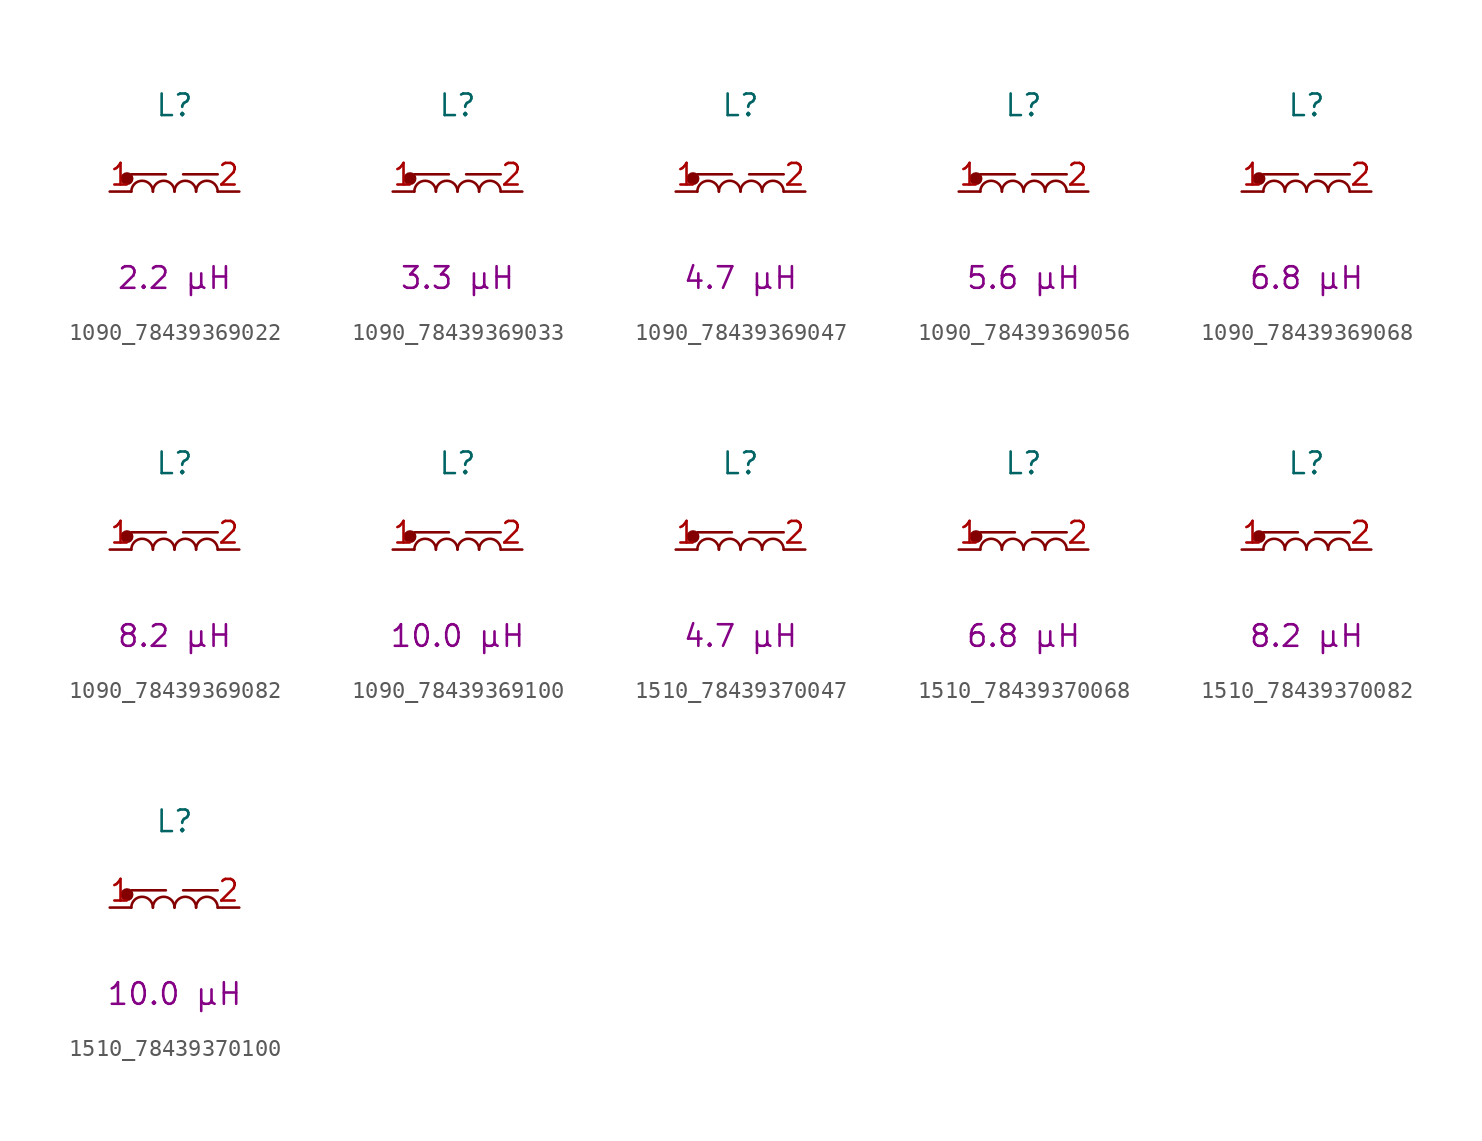
<source format=kicad_sym>
(kicad_symbol_lib
  (version 20220914)
  (generator kicad_symbol_editor)
  (symbol "1090_78439369022"
    (pin_names hide)
    (property "Reference" "L"
      (at 0 5.08 0)
      (effects (font (size 1.27 1.27))))
    (property "Critical Parameter" "2.2 µH"
      (at 0 -5.08 0)
      (effects (font (size 1.27 1.27))))
    (symbol "1090_78439369022_0_1"
      (arc (start -1.27 0) (mid -1.905 0.6323) (end -2.54 0) (stroke (width 0) (type default)) (fill (type none)))
      (arc (start 0 0) (mid -0.635 0.6323) (end -1.27 0) (stroke (width 0) (type default)) (fill (type none)))
      (polyline (pts (xy -2.54 1.016) (xy -0.508 1.016)) (stroke (width 0) (type default)) (fill (type none)))
      (arc (start 1.27 0) (mid 0.635 0.6323) (end 0 0) (stroke (width 0) (type default)) (fill (type none)))
      (arc (start 2.54 0) (mid 1.905 0.6323) (end 1.27 0) (stroke (width 0) (type default)) (fill (type none))))
    (symbol "1090_78439369022_1_1"
      (circle (center -2.794 0.762) (radius 0.0001) (stroke (width 0.381) (type default)) (fill (type none)))
      (polyline (pts (xy 2.54 1.016) (xy 0.508 1.016)) (stroke (width 0) (type default)) (fill (type none)))
      (pin passive line (at -3.81 0 0) (length 1.27) (name "1" (effects (font (size 1.27 1.27)))) (number "1" (effects (font (size 1.27 1.27)))))
      (pin passive line (at 3.81 0 180) (length 1.27) (name "2" (effects (font (size 1.27 1.27)))) (number "2" (effects (font (size 1.27 1.27)))))))
  (symbol "1090_78439369033"
    (pin_names hide)
    (property "Reference" "L"
      (at 0 5.08 0)
      (effects (font (size 1.27 1.27))))
    (property "Critical Parameter" "3.3 µH"
      (at 0 -5.08 0)
      (effects (font (size 1.27 1.27))))
    (symbol "1090_78439369033_0_1"
      (arc (start -1.27 0) (mid -1.905 0.6323) (end -2.54 0) (stroke (width 0) (type default)) (fill (type none)))
      (arc (start 0 0) (mid -0.635 0.6323) (end -1.27 0) (stroke (width 0) (type default)) (fill (type none)))
      (polyline (pts (xy -2.54 1.016) (xy -0.508 1.016)) (stroke (width 0) (type default)) (fill (type none)))
      (arc (start 1.27 0) (mid 0.635 0.6323) (end 0 0) (stroke (width 0) (type default)) (fill (type none)))
      (arc (start 2.54 0) (mid 1.905 0.6323) (end 1.27 0) (stroke (width 0) (type default)) (fill (type none))))
    (symbol "1090_78439369033_1_1"
      (circle (center -2.794 0.762) (radius 0.0001) (stroke (width 0.381) (type default)) (fill (type none)))
      (polyline (pts (xy 2.54 1.016) (xy 0.508 1.016)) (stroke (width 0) (type default)) (fill (type none)))
      (pin passive line (at -3.81 0 0) (length 1.27) (name "1" (effects (font (size 1.27 1.27)))) (number "1" (effects (font (size 1.27 1.27)))))
      (pin passive line (at 3.81 0 180) (length 1.27) (name "2" (effects (font (size 1.27 1.27)))) (number "2" (effects (font (size 1.27 1.27)))))))
  (symbol "1090_78439369047"
    (pin_names hide)
    (property "Reference" "L"
      (at 0 5.08 0)
      (effects (font (size 1.27 1.27))))
    (property "Critical Parameter" "4.7 µH"
      (at 0 -5.08 0)
      (effects (font (size 1.27 1.27))))
    (symbol "1090_78439369047_0_1"
      (arc (start -1.27 0) (mid -1.905 0.6323) (end -2.54 0) (stroke (width 0) (type default)) (fill (type none)))
      (arc (start 0 0) (mid -0.635 0.6323) (end -1.27 0) (stroke (width 0) (type default)) (fill (type none)))
      (polyline (pts (xy -2.54 1.016) (xy -0.508 1.016)) (stroke (width 0) (type default)) (fill (type none)))
      (arc (start 1.27 0) (mid 0.635 0.6323) (end 0 0) (stroke (width 0) (type default)) (fill (type none)))
      (arc (start 2.54 0) (mid 1.905 0.6323) (end 1.27 0) (stroke (width 0) (type default)) (fill (type none))))
    (symbol "1090_78439369047_1_1"
      (circle (center -2.794 0.762) (radius 0.0001) (stroke (width 0.381) (type default)) (fill (type none)))
      (polyline (pts (xy 2.54 1.016) (xy 0.508 1.016)) (stroke (width 0) (type default)) (fill (type none)))
      (pin passive line (at -3.81 0 0) (length 1.27) (name "1" (effects (font (size 1.27 1.27)))) (number "1" (effects (font (size 1.27 1.27)))))
      (pin passive line (at 3.81 0 180) (length 1.27) (name "2" (effects (font (size 1.27 1.27)))) (number "2" (effects (font (size 1.27 1.27)))))))
  (symbol "1090_78439369056"
    (pin_names hide)
    (property "Reference" "L"
      (at 0 5.08 0)
      (effects (font (size 1.27 1.27))))
    (property "Critical Parameter" "5.6 µH"
      (at 0 -5.08 0)
      (effects (font (size 1.27 1.27))))
    (symbol "1090_78439369056_0_1"
      (arc (start -1.27 0) (mid -1.905 0.6323) (end -2.54 0) (stroke (width 0) (type default)) (fill (type none)))
      (arc (start 0 0) (mid -0.635 0.6323) (end -1.27 0) (stroke (width 0) (type default)) (fill (type none)))
      (polyline (pts (xy -2.54 1.016) (xy -0.508 1.016)) (stroke (width 0) (type default)) (fill (type none)))
      (arc (start 1.27 0) (mid 0.635 0.6323) (end 0 0) (stroke (width 0) (type default)) (fill (type none)))
      (arc (start 2.54 0) (mid 1.905 0.6323) (end 1.27 0) (stroke (width 0) (type default)) (fill (type none))))
    (symbol "1090_78439369056_1_1"
      (circle (center -2.794 0.762) (radius 0.0001) (stroke (width 0.381) (type default)) (fill (type none)))
      (polyline (pts (xy 2.54 1.016) (xy 0.508 1.016)) (stroke (width 0) (type default)) (fill (type none)))
      (pin passive line (at -3.81 0 0) (length 1.27) (name "1" (effects (font (size 1.27 1.27)))) (number "1" (effects (font (size 1.27 1.27)))))
      (pin passive line (at 3.81 0 180) (length 1.27) (name "2" (effects (font (size 1.27 1.27)))) (number "2" (effects (font (size 1.27 1.27)))))))
  (symbol "1090_78439369068"
    (pin_names hide)
    (property "Reference" "L"
      (at 0 5.08 0)
      (effects (font (size 1.27 1.27))))
    (property "Critical Parameter" "6.8 µH"
      (at 0 -5.08 0)
      (effects (font (size 1.27 1.27))))
    (symbol "1090_78439369068_0_1"
      (arc (start -1.27 0) (mid -1.905 0.6323) (end -2.54 0) (stroke (width 0) (type default)) (fill (type none)))
      (arc (start 0 0) (mid -0.635 0.6323) (end -1.27 0) (stroke (width 0) (type default)) (fill (type none)))
      (polyline (pts (xy -2.54 1.016) (xy -0.508 1.016)) (stroke (width 0) (type default)) (fill (type none)))
      (arc (start 1.27 0) (mid 0.635 0.6323) (end 0 0) (stroke (width 0) (type default)) (fill (type none)))
      (arc (start 2.54 0) (mid 1.905 0.6323) (end 1.27 0) (stroke (width 0) (type default)) (fill (type none))))
    (symbol "1090_78439369068_1_1"
      (circle (center -2.794 0.762) (radius 0.0001) (stroke (width 0.381) (type default)) (fill (type none)))
      (polyline (pts (xy 2.54 1.016) (xy 0.508 1.016)) (stroke (width 0) (type default)) (fill (type none)))
      (pin passive line (at -3.81 0 0) (length 1.27) (name "1" (effects (font (size 1.27 1.27)))) (number "1" (effects (font (size 1.27 1.27)))))
      (pin passive line (at 3.81 0 180) (length 1.27) (name "2" (effects (font (size 1.27 1.27)))) (number "2" (effects (font (size 1.27 1.27)))))))
  (symbol "1090_78439369082"
    (pin_names hide)
    (property "Reference" "L"
      (at 0 5.08 0)
      (effects (font (size 1.27 1.27))))
    (property "Critical Parameter" "8.2 µH"
      (at 0 -5.08 0)
      (effects (font (size 1.27 1.27))))
    (symbol "1090_78439369082_0_1"
      (arc (start -1.27 0) (mid -1.905 0.6323) (end -2.54 0) (stroke (width 0) (type default)) (fill (type none)))
      (arc (start 0 0) (mid -0.635 0.6323) (end -1.27 0) (stroke (width 0) (type default)) (fill (type none)))
      (polyline (pts (xy -2.54 1.016) (xy -0.508 1.016)) (stroke (width 0) (type default)) (fill (type none)))
      (arc (start 1.27 0) (mid 0.635 0.6323) (end 0 0) (stroke (width 0) (type default)) (fill (type none)))
      (arc (start 2.54 0) (mid 1.905 0.6323) (end 1.27 0) (stroke (width 0) (type default)) (fill (type none))))
    (symbol "1090_78439369082_1_1"
      (circle (center -2.794 0.762) (radius 0.0001) (stroke (width 0.381) (type default)) (fill (type none)))
      (polyline (pts (xy 2.54 1.016) (xy 0.508 1.016)) (stroke (width 0) (type default)) (fill (type none)))
      (pin passive line (at -3.81 0 0) (length 1.27) (name "1" (effects (font (size 1.27 1.27)))) (number "1" (effects (font (size 1.27 1.27)))))
      (pin passive line (at 3.81 0 180) (length 1.27) (name "2" (effects (font (size 1.27 1.27)))) (number "2" (effects (font (size 1.27 1.27)))))))
  (symbol "1090_78439369100"
    (pin_names hide)
    (property "Reference" "L"
      (at 0 5.08 0)
      (effects (font (size 1.27 1.27))))
    (property "Critical Parameter" "10.0 µH"
      (at 0 -5.08 0)
      (effects (font (size 1.27 1.27))))
    (symbol "1090_78439369100_0_1"
      (arc (start -1.27 0) (mid -1.905 0.6323) (end -2.54 0) (stroke (width 0) (type default)) (fill (type none)))
      (arc (start 0 0) (mid -0.635 0.6323) (end -1.27 0) (stroke (width 0) (type default)) (fill (type none)))
      (polyline (pts (xy -2.54 1.016) (xy -0.508 1.016)) (stroke (width 0) (type default)) (fill (type none)))
      (arc (start 1.27 0) (mid 0.635 0.6323) (end 0 0) (stroke (width 0) (type default)) (fill (type none)))
      (arc (start 2.54 0) (mid 1.905 0.6323) (end 1.27 0) (stroke (width 0) (type default)) (fill (type none))))
    (symbol "1090_78439369100_1_1"
      (circle (center -2.794 0.762) (radius 0.0001) (stroke (width 0.381) (type default)) (fill (type none)))
      (polyline (pts (xy 2.54 1.016) (xy 0.508 1.016)) (stroke (width 0) (type default)) (fill (type none)))
      (pin passive line (at -3.81 0 0) (length 1.27) (name "1" (effects (font (size 1.27 1.27)))) (number "1" (effects (font (size 1.27 1.27)))))
      (pin passive line (at 3.81 0 180) (length 1.27) (name "2" (effects (font (size 1.27 1.27)))) (number "2" (effects (font (size 1.27 1.27)))))))
  (symbol "1510_78439370047"
    (pin_names hide)
    (property "Reference" "L"
      (at 0 5.08 0)
      (effects (font (size 1.27 1.27))))
    (property "Critical Parameter" "4.7 µH"
      (at 0 -5.08 0)
      (effects (font (size 1.27 1.27))))
    (symbol "1510_78439370047_0_1"
      (arc (start -1.27 0) (mid -1.905 0.6323) (end -2.54 0) (stroke (width 0) (type default)) (fill (type none)))
      (arc (start 0 0) (mid -0.635 0.6323) (end -1.27 0) (stroke (width 0) (type default)) (fill (type none)))
      (polyline (pts (xy -2.54 1.016) (xy -0.508 1.016)) (stroke (width 0) (type default)) (fill (type none)))
      (arc (start 1.27 0) (mid 0.635 0.6323) (end 0 0) (stroke (width 0) (type default)) (fill (type none)))
      (arc (start 2.54 0) (mid 1.905 0.6323) (end 1.27 0) (stroke (width 0) (type default)) (fill (type none))))
    (symbol "1510_78439370047_1_1"
      (circle (center -2.794 0.762) (radius 0.0001) (stroke (width 0.381) (type default)) (fill (type none)))
      (polyline (pts (xy 2.54 1.016) (xy 0.508 1.016)) (stroke (width 0) (type default)) (fill (type none)))
      (pin passive line (at -3.81 0 0) (length 1.27) (name "1" (effects (font (size 1.27 1.27)))) (number "1" (effects (font (size 1.27 1.27)))))
      (pin passive line (at 3.81 0 180) (length 1.27) (name "2" (effects (font (size 1.27 1.27)))) (number "2" (effects (font (size 1.27 1.27)))))))
  (symbol "1510_78439370068"
    (pin_names hide)
    (property "Reference" "L"
      (at 0 5.08 0)
      (effects (font (size 1.27 1.27))))
    (property "Critical Parameter" "6.8 µH"
      (at 0 -5.08 0)
      (effects (font (size 1.27 1.27))))
    (symbol "1510_78439370068_0_1"
      (arc (start -1.27 0) (mid -1.905 0.6323) (end -2.54 0) (stroke (width 0) (type default)) (fill (type none)))
      (arc (start 0 0) (mid -0.635 0.6323) (end -1.27 0) (stroke (width 0) (type default)) (fill (type none)))
      (polyline (pts (xy -2.54 1.016) (xy -0.508 1.016)) (stroke (width 0) (type default)) (fill (type none)))
      (arc (start 1.27 0) (mid 0.635 0.6323) (end 0 0) (stroke (width 0) (type default)) (fill (type none)))
      (arc (start 2.54 0) (mid 1.905 0.6323) (end 1.27 0) (stroke (width 0) (type default)) (fill (type none))))
    (symbol "1510_78439370068_1_1"
      (circle (center -2.794 0.762) (radius 0.0001) (stroke (width 0.381) (type default)) (fill (type none)))
      (polyline (pts (xy 2.54 1.016) (xy 0.508 1.016)) (stroke (width 0) (type default)) (fill (type none)))
      (pin passive line (at -3.81 0 0) (length 1.27) (name "1" (effects (font (size 1.27 1.27)))) (number "1" (effects (font (size 1.27 1.27)))))
      (pin passive line (at 3.81 0 180) (length 1.27) (name "2" (effects (font (size 1.27 1.27)))) (number "2" (effects (font (size 1.27 1.27)))))))
  (symbol "1510_78439370082"
    (pin_names hide)
    (property "Reference" "L"
      (at 0 5.08 0)
      (effects (font (size 1.27 1.27))))
    (property "Critical Parameter" "8.2 µH"
      (at 0 -5.08 0)
      (effects (font (size 1.27 1.27))))
    (symbol "1510_78439370082_0_1"
      (arc (start -1.27 0) (mid -1.905 0.6323) (end -2.54 0) (stroke (width 0) (type default)) (fill (type none)))
      (arc (start 0 0) (mid -0.635 0.6323) (end -1.27 0) (stroke (width 0) (type default)) (fill (type none)))
      (polyline (pts (xy -2.54 1.016) (xy -0.508 1.016)) (stroke (width 0) (type default)) (fill (type none)))
      (arc (start 1.27 0) (mid 0.635 0.6323) (end 0 0) (stroke (width 0) (type default)) (fill (type none)))
      (arc (start 2.54 0) (mid 1.905 0.6323) (end 1.27 0) (stroke (width 0) (type default)) (fill (type none))))
    (symbol "1510_78439370082_1_1"
      (circle (center -2.794 0.762) (radius 0.0001) (stroke (width 0.381) (type default)) (fill (type none)))
      (polyline (pts (xy 2.54 1.016) (xy 0.508 1.016)) (stroke (width 0) (type default)) (fill (type none)))
      (pin passive line (at -3.81 0 0) (length 1.27) (name "1" (effects (font (size 1.27 1.27)))) (number "1" (effects (font (size 1.27 1.27)))))
      (pin passive line (at 3.81 0 180) (length 1.27) (name "2" (effects (font (size 1.27 1.27)))) (number "2" (effects (font (size 1.27 1.27)))))))
  (symbol "1510_78439370100"
    (pin_names hide)
    (property "Reference" "L"
      (at 0 5.08 0)
      (effects (font (size 1.27 1.27))))
    (property "Critical Parameter" "10.0 µH"
      (at 0 -5.08 0)
      (effects (font (size 1.27 1.27))))
    (symbol "1510_78439370100_0_1"
      (arc (start -1.27 0) (mid -1.905 0.6323) (end -2.54 0) (stroke (width 0) (type default)) (fill (type none)))
      (arc (start 0 0) (mid -0.635 0.6323) (end -1.27 0) (stroke (width 0) (type default)) (fill (type none)))
      (polyline (pts (xy -2.54 1.016) (xy -0.508 1.016)) (stroke (width 0) (type default)) (fill (type none)))
      (arc (start 1.27 0) (mid 0.635 0.6323) (end 0 0) (stroke (width 0) (type default)) (fill (type none)))
      (arc (start 2.54 0) (mid 1.905 0.6323) (end 1.27 0) (stroke (width 0) (type default)) (fill (type none))))
    (symbol "1510_78439370100_1_1"
      (circle (center -2.794 0.762) (radius 0.0001) (stroke (width 0.381) (type default)) (fill (type none)))
      (polyline (pts (xy 2.54 1.016) (xy 0.508 1.016)) (stroke (width 0) (type default)) (fill (type none)))
      (pin passive line (at -3.81 0 0) (length 1.27) (name "1" (effects (font (size 1.27 1.27)))) (number "1" (effects (font (size 1.27 1.27)))))
      (pin passive line (at 3.81 0 180) (length 1.27) (name "2" (effects (font (size 1.27 1.27)))) (number "2" (effects (font (size 1.27 1.27))))))))
</source>
